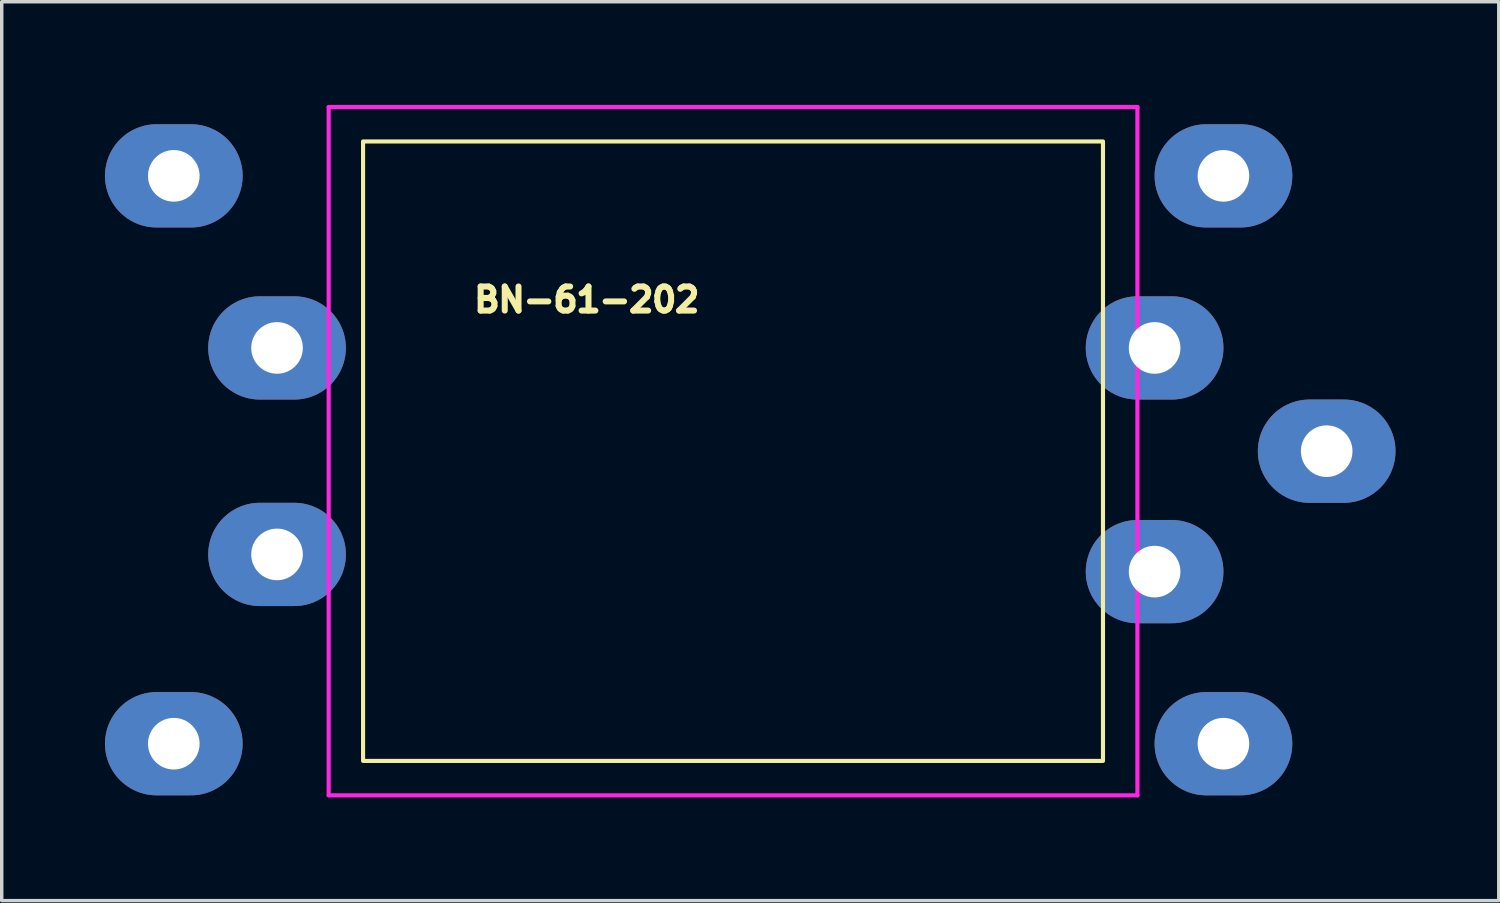
<source format=kicad_pcb>
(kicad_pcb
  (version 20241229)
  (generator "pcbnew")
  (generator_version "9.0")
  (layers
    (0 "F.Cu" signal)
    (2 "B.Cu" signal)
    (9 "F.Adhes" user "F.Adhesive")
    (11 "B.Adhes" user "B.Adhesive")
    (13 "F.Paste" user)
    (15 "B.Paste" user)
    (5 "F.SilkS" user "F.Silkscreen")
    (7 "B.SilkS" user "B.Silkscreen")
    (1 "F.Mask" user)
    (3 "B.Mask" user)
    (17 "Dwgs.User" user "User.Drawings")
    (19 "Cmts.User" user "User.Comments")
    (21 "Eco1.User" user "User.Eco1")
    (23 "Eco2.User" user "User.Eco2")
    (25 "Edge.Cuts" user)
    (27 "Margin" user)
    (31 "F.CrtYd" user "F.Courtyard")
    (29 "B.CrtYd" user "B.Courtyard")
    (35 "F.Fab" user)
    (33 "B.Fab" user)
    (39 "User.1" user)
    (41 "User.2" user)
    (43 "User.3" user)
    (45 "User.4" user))
  (footprint "BN-61-202"
    (layer "F.Cu")
    (at 19 10.06)
    (property "Reference" "BN-61-202" (at -5 -4.4 0) (unlocked yes) (layer "F.SilkS") (effects (font (size 0.7 0.7) (thickness 0.175))))
    (attr smd)
    (fp_rect (start -11.5 -9) (end 10 9) (stroke (width 0.12) (type default)) (fill no) (layer "F.SilkS"))
    (fp_line (start -12.5 -10) (end 11 -10) (stroke (width 0.12) (type default)) (layer "F.CrtYd"))
    (fp_line (start -12.5 10) (end -12.5 -10) (stroke (width 0.12) (type default)) (layer "F.CrtYd"))
    (fp_line (start 11 -10) (end 11 10) (stroke (width 0.12) (type default)) (layer "F.CrtYd"))
    (fp_line (start 11 10) (end -12.5 10) (stroke (width 0.12) (type default)) (layer "F.CrtYd"))
    (pad "1" thru_hole oval (at -14 3) (size 4 3) (drill 1.5) (layers "*.Cu" "*.Mask"))
    (pad "2" thru_hole oval (at 11.5 -3) (size 4 3) (drill 1.5) (layers "*.Cu" "*.Mask"))
    (pad "2" thru_hole oval (at 16.5 0) (size 4 3) (drill 1.5) (layers "*.Cu" "*.Mask"))
    (pad "3" thru_hole oval (at -17 8.5) (size 4 3) (drill 1.5) (layers "*.Cu" "*.Mask"))
    (pad "4" thru_hole oval (at 13.5 8.5) (size 4 3) (drill 1.5) (layers "*.Cu" "*.Mask"))
    (pad "5" thru_hole oval (at -14 -3) (size 4 3) (drill 1.5) (layers "*.Cu" "*.Mask"))
    (pad "6" thru_hole oval (at 11.5 3.5) (size 4 3) (drill 1.5) (layers "*.Cu" "*.Mask"))
    (pad "7" thru_hole oval (at -17 -8) (size 4 3) (drill 1.5) (layers "*.Cu" "*.Mask"))
    (pad "8" thru_hole oval (at 13.5 -8) (size 4 3) (drill 1.5) (layers "*.Cu" "*.Mask")))
  (gr_rect
    (start -3 -3)
    (end 40.5 23.12)
    (stroke (width 0.1) (type default))
    (fill no)
    (layer "Edge.Cuts")))
</source>
